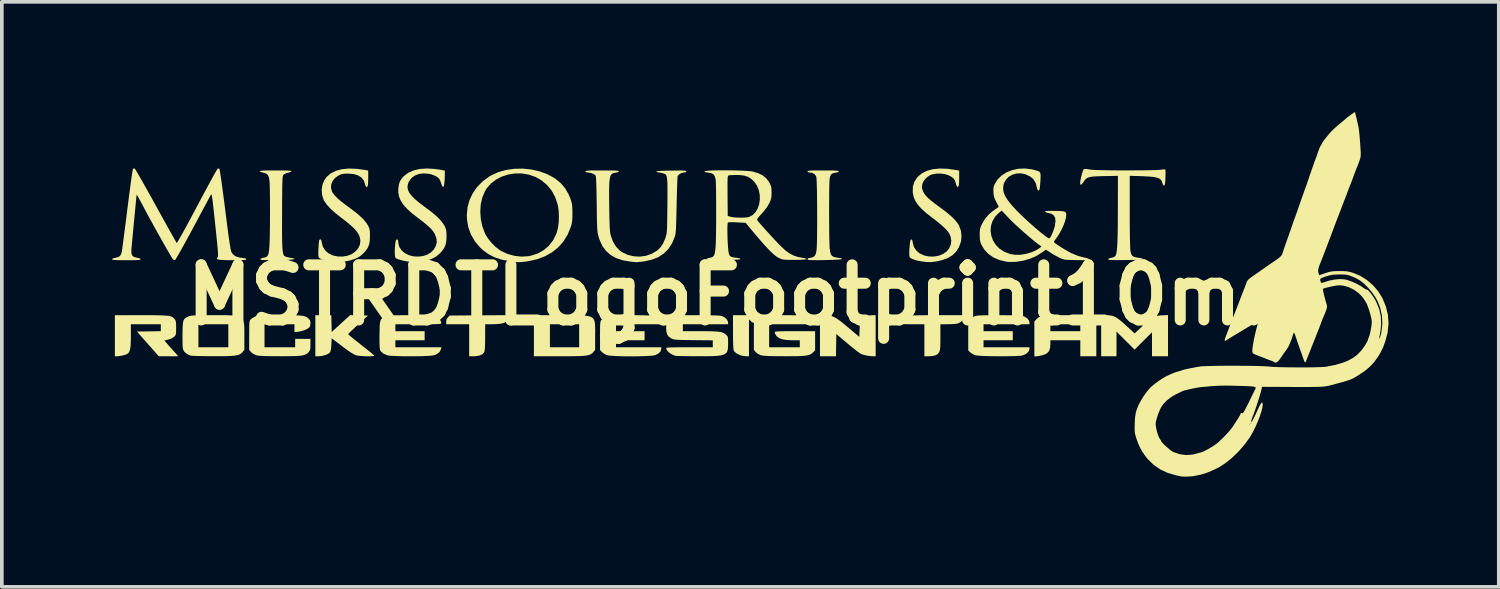
<source format=kicad_pcb>
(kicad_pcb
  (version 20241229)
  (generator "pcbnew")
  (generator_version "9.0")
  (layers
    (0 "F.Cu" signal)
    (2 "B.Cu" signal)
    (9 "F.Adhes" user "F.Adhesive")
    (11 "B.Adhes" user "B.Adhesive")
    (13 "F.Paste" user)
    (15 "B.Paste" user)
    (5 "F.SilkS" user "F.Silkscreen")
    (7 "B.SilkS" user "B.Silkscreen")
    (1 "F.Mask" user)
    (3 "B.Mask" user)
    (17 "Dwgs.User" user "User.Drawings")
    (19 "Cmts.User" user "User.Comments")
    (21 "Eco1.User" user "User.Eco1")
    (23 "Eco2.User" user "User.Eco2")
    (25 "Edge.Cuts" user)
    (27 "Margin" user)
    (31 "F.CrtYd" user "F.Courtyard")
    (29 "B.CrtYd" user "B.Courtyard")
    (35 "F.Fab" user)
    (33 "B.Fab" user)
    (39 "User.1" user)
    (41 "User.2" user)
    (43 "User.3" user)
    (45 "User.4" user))
  (footprint "MSTRDTLogoFootprint10mm"
    (layer "F.Cu")
    (at 17.388 4.978)
    (property "Reference" "MSTRDTLogoFootprint10mm" (at 0 0 0) (layer "F.SilkS") (effects (font (size 1.5 1.5) (thickness 0.3))))
    (attr board_only exclude_from_pos_files exclude_from_bom)
    (fp_poly (pts (xy -0.057 1.108) (xy -0.057 1.667) (xy -0.137 1.666) (xy -0.209 1.659) (xy -0.28 1.643) (xy -0.289 1.64) (xy -0.39 1.593) (xy -0.454 1.539) (xy -0.474 1.504) (xy -0.479 1.472) (xy -0.484 1.408) (xy -0.488 1.318) (xy -0.491 1.208) (xy -0.492 1.084) (xy -0.492 1.003) (xy -0.492 0.549) (xy -0.275 0.549) (xy -0.057 0.549)) (stroke (width 0) (type solid)) (fill yes) (layer "F.SilkS"))
    (fp_poly (pts (xy -6.61 0.612) (xy -6.621 0.674) (xy -6.656 0.722) (xy -6.718 0.757) (xy -6.808 0.78) (xy -6.931 0.792) (xy -7.041 0.795) (xy -7.235 0.796) (xy -7.236 1.151) (xy -7.237 1.3) (xy -7.241 1.414) (xy -7.247 1.494) (xy -7.256 1.542) (xy -7.26 1.553) (xy -7.309 1.61) (xy -7.389 1.647) (xy -7.497 1.665) (xy -7.543 1.667) (xy -7.671 1.667) (xy -7.671 1.231) (xy -7.671 0.796) (xy -7.984 0.796) (xy -8.296 0.796) (xy -8.296 0.723) (xy -8.285 0.657) (xy -8.248 0.606) (xy -8.247 0.605) (xy -8.198 0.559) (xy -7.404 0.553) (xy -6.61 0.548)) (stroke (width 0) (type solid)) (fill yes) (layer "F.SilkS"))
    (fp_poly (pts (xy 11.346 1.106) (xy 11.346 1.667) (xy 11.128 1.667) (xy 10.91 1.667) (xy 10.91 1.34) (xy 10.91 1.014) (xy 10.673 1.25) (xy 10.437 1.486) (xy 10.19 1.241) (xy 9.944 0.995) (xy 9.944 1.331) (xy 9.944 1.667) (xy 9.736 1.667) (xy 9.527 1.667) (xy 9.527 1.108) (xy 9.527 0.549) (xy 9.657 0.549) (xy 9.743 0.552) (xy 9.816 0.563) (xy 9.884 0.585) (xy 9.953 0.622) (xy 10.029 0.677) (xy 10.12 0.753) (xy 10.202 0.828) (xy 10.437 1.045) (xy 10.659 0.837) (xy 10.74 0.764) (xy 10.817 0.697) (xy 10.883 0.642) (xy 10.931 0.606) (xy 10.948 0.596) (xy 11.021 0.572) (xy 11.128 0.556) (xy 11.18 0.553) (xy 11.346 0.545)) (stroke (width 0) (type solid)) (fill yes) (layer "F.SilkS"))
    (fp_poly (pts (xy -5.185 0.55) (xy -4.972 0.549) (xy -4.793 0.55) (xy -4.646 0.552) (xy -4.528 0.559) (xy -4.435 0.572) (xy -4.365 0.592) (xy -4.314 0.622) (xy -4.28 0.664) (xy -4.258 0.718) (xy -4.247 0.788) (xy -4.243 0.874) (xy -4.242 0.978) (xy -4.243 1.101) (xy -4.243 1.493) (xy -4.292 1.551) (xy -4.317 1.579) (xy -4.346 1.602) (xy -4.381 1.621) (xy -4.426 1.636) (xy -4.484 1.647) (xy -4.561 1.655) (xy -4.658 1.661) (xy -4.781 1.664) (xy -4.932 1.666) (xy -5.115 1.667) (xy -5.222 1.667) (xy -5.91 1.667) (xy -5.91 1.108) (xy -5.474 1.108) (xy -5.474 1.421) (xy -5.076 1.421) (xy -4.678 1.421) (xy -4.678 1.108) (xy -4.678 0.796) (xy -5.076 0.796) (xy -5.474 0.796) (xy -5.474 1.108) (xy -5.91 1.108) (xy -5.91 0.549)) (stroke (width 0) (type solid)) (fill yes) (layer "F.SilkS"))
    (fp_poly (pts (xy 2.031 0.552) (xy 2.103 0.557) (xy 2.166 0.567) (xy 2.225 0.584) (xy 2.286 0.613) (xy 2.353 0.654) (xy 2.433 0.712) (xy 2.53 0.79) (xy 2.65 0.89) (xy 2.652 0.892) (xy 2.945 1.139) (xy 2.955 0.912) (xy 2.96 0.814) (xy 2.965 0.745) (xy 2.973 0.7) (xy 2.985 0.669) (xy 3.002 0.645) (xy 3.008 0.639) (xy 3.077 0.59) (xy 3.175 0.56) (xy 3.293 0.549) (xy 3.39 0.549) (xy 3.39 1.108) (xy 3.39 1.667) (xy 3.317 1.667) (xy 3.225 1.66) (xy 3.125 1.643) (xy 3.034 1.619) (xy 2.987 1.601) (xy 2.954 1.58) (xy 2.898 1.539) (xy 2.824 1.481) (xy 2.738 1.412) (xy 2.644 1.334) (xy 2.623 1.317) (xy 2.32 1.062) (xy 2.315 1.364) (xy 2.31 1.667) (xy 2.093 1.667) (xy 1.875 1.667) (xy 1.875 1.106) (xy 1.875 0.545)) (stroke (width 0) (type solid)) (fill yes) (layer "F.SilkS"))
    (fp_poly (pts (xy 9.395 1.108) (xy 9.395 1.667) (xy 9.177 1.667) (xy 8.959 1.667) (xy 8.959 1.449) (xy 8.959 1.231) (xy 8.552 1.231) (xy 8.145 1.231) (xy 8.145 1.336) (xy 8.136 1.443) (xy 8.109 1.522) (xy 8.059 1.579) (xy 8.002 1.612) (xy 7.928 1.638) (xy 7.845 1.657) (xy 7.812 1.662) (xy 7.709 1.672) (xy 7.709 1.197) (xy 7.709 0.89) (xy 8.145 0.89) (xy 8.145 0.985) (xy 8.552 0.985) (xy 8.959 0.985) (xy 8.959 0.89) (xy 8.959 0.796) (xy 8.552 0.796) (xy 8.145 0.796) (xy 8.145 0.89) (xy 7.709 0.89) (xy 7.709 0.721) (xy 7.765 0.657) (xy 7.819 0.611) (xy 7.881 0.576) (xy 7.895 0.572) (xy 7.935 0.565) (xy 8.006 0.559) (xy 8.11 0.555) (xy 8.247 0.552) (xy 8.42 0.55) (xy 8.629 0.549) (xy 8.682 0.549) (xy 9.395 0.549)) (stroke (width 0) (type solid)) (fill yes) (layer "F.SilkS"))
    (fp_poly (pts (xy 5.777 0.605) (xy 5.759 0.672) (xy 5.712 0.73) (xy 5.642 0.769) (xy 5.616 0.777) (xy 5.564 0.785) (xy 5.487 0.791) (xy 5.397 0.794) (xy 5.346 0.795) (xy 5.152 0.796) (xy 5.152 1.141) (xy 5.151 1.269) (xy 5.15 1.365) (xy 5.146 1.436) (xy 5.14 1.487) (xy 5.131 1.524) (xy 5.119 1.553) (xy 5.079 1.606) (xy 5.02 1.641) (xy 4.934 1.66) (xy 4.835 1.666) (xy 4.716 1.667) (xy 4.716 1.231) (xy 4.716 0.796) (xy 4.394 0.796) (xy 4.277 0.795) (xy 4.192 0.794) (xy 4.135 0.792) (xy 4.1 0.788) (xy 4.081 0.78) (xy 4.074 0.77) (xy 4.072 0.756) (xy 4.086 0.687) (xy 4.123 0.622) (xy 4.173 0.578) (xy 4.19 0.57) (xy 4.227 0.564) (xy 4.3 0.559) (xy 4.409 0.555) (xy 4.552 0.552) (xy 4.728 0.55) (xy 4.936 0.549) (xy 5.013 0.549) (xy 5.777 0.549)) (stroke (width 0) (type solid)) (fill yes) (layer "F.SilkS"))
    (fp_poly (pts (xy -10.668 0.553) (xy -10.426 0.559) (xy -10.695 0.805) (xy -10.778 0.882) (xy -10.851 0.951) (xy -10.91 1.007) (xy -10.949 1.046) (xy -10.965 1.064) (xy -10.965 1.064) (xy -10.951 1.079) (xy -10.912 1.114) (xy -10.85 1.165) (xy -10.771 1.229) (xy -10.678 1.303) (xy -10.612 1.355) (xy -10.512 1.434) (xy -10.422 1.505) (xy -10.347 1.566) (xy -10.291 1.613) (xy -10.258 1.642) (xy -10.25 1.65) (xy -10.264 1.659) (xy -10.307 1.664) (xy -10.372 1.667) (xy -10.451 1.667) (xy -10.536 1.664) (xy -10.618 1.658) (xy -10.69 1.65) (xy -10.744 1.64) (xy -10.75 1.639) (xy -10.808 1.614) (xy -10.886 1.567) (xy -10.989 1.497) (xy -11.117 1.403) (xy -11.128 1.394) (xy -11.412 1.178) (xy -11.421 1.354) (xy -11.428 1.446) (xy -11.438 1.508) (xy -11.452 1.548) (xy -11.467 1.57) (xy -11.516 1.605) (xy -11.59 1.635) (xy -11.676 1.657) (xy -11.763 1.667) (xy -11.775 1.667) (xy -11.857 1.667) (xy -11.857 1.108) (xy -11.857 0.549) (xy -11.64 0.549) (xy -11.423 0.549) (xy -11.417 0.778) (xy -11.412 1.006) (xy -11.161 0.777) (xy -10.911 0.548)) (stroke (width 0) (type solid)) (fill yes) (layer "F.SilkS"))
    (fp_poly (pts (xy -16.4 0.55) (xy -16.235 0.55) (xy -16.1 0.553) (xy -15.993 0.556) (xy -15.908 0.562) (xy -15.844 0.569) (xy -15.795 0.58) (xy -15.758 0.594) (xy -15.73 0.611) (xy -15.706 0.632) (xy -15.692 0.649) (xy -15.67 0.677) (xy -15.657 0.708) (xy -15.649 0.749) (xy -15.646 0.811) (xy -15.645 0.893) (xy -15.646 0.98) (xy -15.649 1.038) (xy -15.656 1.076) (xy -15.67 1.104) (xy -15.692 1.129) (xy -15.699 1.136) (xy -15.771 1.184) (xy -15.859 1.213) (xy -15.966 1.237) (xy -15.896 1.318) (xy -15.85 1.371) (xy -15.79 1.439) (xy -15.725 1.511) (xy -15.705 1.533) (xy -15.585 1.667) (xy -15.851 1.667) (xy -16.117 1.667) (xy -16.414 1.331) (xy -16.711 0.994) (xy -16.386 0.989) (xy -16.062 0.984) (xy -16.062 0.89) (xy -16.062 0.796) (xy -16.469 0.796) (xy -16.877 0.796) (xy -16.877 1.103) (xy -16.878 1.249) (xy -16.883 1.362) (xy -16.893 1.448) (xy -16.907 1.511) (xy -16.928 1.556) (xy -16.954 1.589) (xy -16.996 1.613) (xy -17.064 1.636) (xy -17.143 1.654) (xy -17.223 1.665) (xy -17.258 1.667) (xy -17.312 1.667) (xy -17.312 1.108) (xy -17.312 0.549) (xy -16.599 0.549)) (stroke (width 0) (type solid)) (fill yes) (layer "F.SilkS"))
    (fp_poly (pts (xy -3.075 0.55) (xy -2.909 0.552) (xy -2.779 0.556) (xy -2.684 0.561) (xy -2.625 0.568) (xy -2.61 0.572) (xy -2.542 0.605) (xy -2.485 0.656) (xy -2.45 0.714) (xy -2.443 0.75) (xy -2.443 0.796) (xy -3.059 0.796) (xy -3.675 0.796) (xy -3.675 0.89) (xy -3.675 0.985) (xy -3.286 0.985) (xy -2.898 0.985) (xy -2.898 1.108) (xy -2.898 1.231) (xy -3.286 1.231) (xy -3.675 1.231) (xy -3.675 1.326) (xy -3.675 1.421) (xy -3.059 1.421) (xy -2.443 1.421) (xy -2.443 1.465) (xy -2.461 1.529) (xy -2.512 1.585) (xy -2.59 1.628) (xy -2.618 1.638) (xy -2.671 1.648) (xy -2.755 1.655) (xy -2.863 1.661) (xy -2.99 1.665) (xy -3.129 1.668) (xy -3.274 1.669) (xy -3.419 1.668) (xy -3.557 1.665) (xy -3.682 1.66) (xy -3.789 1.654) (xy -3.87 1.646) (xy -3.92 1.637) (xy -3.921 1.636) (xy -3.986 1.606) (xy -4.045 1.565) (xy -4.058 1.552) (xy -4.11 1.496) (xy -4.11 1.11) (xy -4.11 0.98) (xy -4.109 0.881) (xy -4.107 0.81) (xy -4.103 0.759) (xy -4.097 0.725) (xy -4.088 0.7) (xy -4.075 0.68) (xy -4.069 0.673) (xy -4.025 0.631) (xy -3.966 0.593) (xy -3.951 0.585) (xy -3.926 0.575) (xy -3.897 0.567) (xy -3.86 0.561) (xy -3.81 0.557) (xy -3.743 0.554) (xy -3.654 0.552) (xy -3.539 0.55) (xy -3.394 0.55) (xy -3.279 0.55)) (stroke (width 0) (type solid)) (fill yes) (layer "F.SilkS"))
    (fp_poly (pts (xy -14.271 0.55) (xy -14.136 0.555) (xy -14.028 0.564) (xy -13.946 0.582) (xy -13.884 0.609) (xy -13.842 0.648) (xy -13.814 0.701) (xy -13.798 0.771) (xy -13.791 0.859) (xy -13.789 0.967) (xy -13.789 1.098) (xy -13.789 1.111) (xy -13.789 1.493) (xy -13.838 1.551) (xy -13.867 1.582) (xy -13.899 1.606) (xy -13.94 1.626) (xy -13.993 1.64) (xy -14.062 1.651) (xy -14.151 1.658) (xy -14.265 1.663) (xy -14.407 1.665) (xy -14.582 1.665) (xy -14.64 1.665) (xy -14.785 1.664) (xy -14.919 1.662) (xy -15.037 1.66) (xy -15.135 1.657) (xy -15.207 1.653) (xy -15.247 1.649) (xy -15.252 1.648) (xy -15.347 1.607) (xy -15.417 1.55) (xy -15.457 1.482) (xy -15.457 1.481) (xy -15.465 1.433) (xy -15.47 1.351) (xy -15.472 1.241) (xy -15.472 1.108) (xy -15.039 1.108) (xy -15.039 1.421) (xy -14.632 1.421) (xy -14.225 1.421) (xy -14.225 1.108) (xy -14.225 0.796) (xy -14.632 0.796) (xy -15.039 0.796) (xy -15.039 1.108) (xy -15.472 1.108) (xy -15.472 1.106) (xy -15.472 1.058) (xy -15.469 0.924) (xy -15.465 0.823) (xy -15.457 0.748) (xy -15.445 0.695) (xy -15.425 0.657) (xy -15.396 0.629) (xy -15.357 0.606) (xy -15.314 0.585) (xy -15.29 0.575) (xy -15.261 0.567) (xy -15.224 0.561) (xy -15.174 0.557) (xy -15.106 0.554) (xy -15.017 0.552) (xy -14.902 0.55) (xy -14.756 0.55) (xy -14.64 0.55) (xy -14.438 0.549)) (stroke (width 0) (type solid)) (fill yes) (layer "F.SilkS"))
    (fp_poly (pts (xy 6.922 0.55) (xy 7.058 0.551) (xy 7.165 0.552) (xy 7.247 0.555) (xy 7.309 0.558) (xy 7.355 0.563) (xy 7.39 0.569) (xy 7.417 0.577) (xy 7.437 0.586) (xy 7.514 0.634) (xy 7.562 0.694) (xy 7.576 0.752) (xy 7.576 0.796) (xy 6.951 0.796) (xy 6.326 0.796) (xy 6.326 0.89) (xy 6.326 0.985) (xy 6.724 0.985) (xy 7.122 0.985) (xy 7.122 1.108) (xy 7.122 1.231) (xy 6.724 1.231) (xy 6.326 1.231) (xy 6.326 1.326) (xy 6.326 1.421) (xy 6.951 1.421) (xy 7.576 1.421) (xy 7.576 1.47) (xy 7.559 1.524) (xy 7.513 1.577) (xy 7.446 1.621) (xy 7.379 1.645) (xy 7.33 1.653) (xy 7.25 1.658) (xy 7.146 1.663) (xy 7.022 1.665) (xy 6.887 1.667) (xy 6.745 1.667) (xy 6.603 1.665) (xy 6.467 1.663) (xy 6.343 1.659) (xy 6.238 1.654) (xy 6.157 1.647) (xy 6.107 1.64) (xy 6.101 1.638) (xy 6.036 1.61) (xy 5.976 1.571) (xy 5.964 1.56) (xy 5.91 1.508) (xy 5.91 1.105) (xy 5.91 0.972) (xy 5.91 0.871) (xy 5.912 0.797) (xy 5.916 0.746) (xy 5.921 0.712) (xy 5.93 0.689) (xy 5.941 0.673) (xy 5.952 0.661) (xy 5.997 0.627) (xy 6.056 0.592) (xy 6.071 0.585) (xy 6.095 0.575) (xy 6.122 0.568) (xy 6.158 0.562) (xy 6.207 0.557) (xy 6.272 0.554) (xy 6.359 0.552) (xy 6.472 0.551) (xy 6.614 0.55) (xy 6.752 0.55)) (stroke (width 0) (type solid)) (fill yes) (layer "F.SilkS"))
    (fp_poly (pts (xy -9.085 0.55) (xy -8.931 0.551) (xy -8.807 0.555) (xy -8.709 0.561) (xy -8.634 0.57) (xy -8.577 0.582) (xy -8.535 0.599) (xy -8.504 0.621) (xy -8.48 0.647) (xy -8.465 0.67) (xy -8.441 0.719) (xy -8.429 0.759) (xy -8.429 0.762) (xy -8.431 0.771) (xy -8.44 0.779) (xy -8.459 0.784) (xy -8.493 0.789) (xy -8.545 0.792) (xy -8.618 0.794) (xy -8.717 0.795) (xy -8.846 0.795) (xy -9.008 0.796) (xy -9.054 0.796) (xy -9.679 0.796) (xy -9.679 0.89) (xy -9.679 0.985) (xy -9.281 0.985) (xy -8.883 0.985) (xy -8.883 1.108) (xy -8.883 1.231) (xy -9.281 1.231) (xy -9.679 1.231) (xy -9.679 1.326) (xy -9.679 1.421) (xy -9.052 1.421) (xy -8.425 1.421) (xy -8.438 1.473) (xy -8.475 1.548) (xy -8.546 1.606) (xy -8.625 1.639) (xy -8.674 1.647) (xy -8.755 1.654) (xy -8.86 1.66) (xy -8.984 1.664) (xy -9.12 1.666) (xy -9.263 1.667) (xy -9.405 1.667) (xy -9.542 1.665) (xy -9.665 1.661) (xy -9.77 1.656) (xy -9.849 1.649) (xy -9.897 1.641) (xy -9.897 1.64) (xy -10.001 1.596) (xy -10.069 1.541) (xy -10.095 1.498) (xy -10.104 1.456) (xy -10.109 1.38) (xy -10.112 1.268) (xy -10.112 1.12) (xy -10.111 1.075) (xy -10.108 0.938) (xy -10.105 0.833) (xy -10.098 0.756) (xy -10.086 0.7) (xy -10.067 0.661) (xy -10.04 0.633) (xy -10.003 0.61) (xy -9.953 0.587) (xy -9.947 0.585) (xy -9.921 0.575) (xy -9.891 0.567) (xy -9.854 0.561) (xy -9.803 0.556) (xy -9.736 0.553) (xy -9.647 0.551) (xy -9.533 0.55) (xy -9.387 0.549) (xy -9.273 0.549)) (stroke (width 0) (type solid)) (fill yes) (layer "F.SilkS"))
    (fp_poly (pts (xy -12.641 0.55) (xy -12.495 0.551) (xy -12.378 0.553) (xy -12.286 0.558) (xy -12.216 0.564) (xy -12.162 0.574) (xy -12.121 0.587) (xy -12.088 0.604) (xy -12.06 0.625) (xy -12.042 0.641) (xy -12.005 0.685) (xy -11.991 0.738) (xy -11.99 0.769) (xy -11.999 0.841) (xy -12.022 0.882) (xy -12.082 0.924) (xy -12.165 0.961) (xy -12.26 0.989) (xy -12.323 0.999) (xy -12.425 1.009) (xy -12.425 0.902) (xy -12.425 0.796) (xy -12.833 0.796) (xy -13.24 0.796) (xy -13.24 1.108) (xy -13.24 1.421) (xy -12.823 1.421) (xy -12.406 1.421) (xy -12.406 1.307) (xy -12.406 1.193) (xy -12.198 1.193) (xy -11.99 1.193) (xy -11.99 1.343) (xy -11.991 1.422) (xy -11.997 1.474) (xy -12.01 1.511) (xy -12.033 1.544) (xy -12.038 1.551) (xy -12.067 1.582) (xy -12.101 1.607) (xy -12.142 1.626) (xy -12.195 1.641) (xy -12.265 1.652) (xy -12.356 1.659) (xy -12.471 1.663) (xy -12.615 1.665) (xy -12.792 1.666) (xy -12.831 1.665) (xy -13.006 1.665) (xy -13.146 1.663) (xy -13.257 1.66) (xy -13.342 1.655) (xy -13.405 1.65) (xy -13.451 1.642) (xy -13.47 1.637) (xy -13.546 1.602) (xy -13.606 1.554) (xy -13.608 1.552) (xy -13.657 1.493) (xy -13.657 1.098) (xy -13.656 0.966) (xy -13.656 0.866) (xy -13.654 0.794) (xy -13.65 0.744) (xy -13.644 0.71) (xy -13.636 0.688) (xy -13.624 0.672) (xy -13.614 0.661) (xy -13.569 0.627) (xy -13.51 0.592) (xy -13.496 0.585) (xy -13.471 0.575) (xy -13.443 0.568) (xy -13.407 0.561) (xy -13.358 0.557) (xy -13.292 0.554) (xy -13.204 0.552) (xy -13.09 0.55) (xy -12.946 0.55) (xy -12.821 0.55)) (stroke (width 0) (type solid)) (fill yes) (layer "F.SilkS"))
    (fp_poly (pts (xy 1.111 0.55) (xy 1.277 0.552) (xy 1.407 0.556) (xy 1.502 0.561) (xy 1.561 0.568) (xy 1.576 0.572) (xy 1.644 0.605) (xy 1.701 0.656) (xy 1.736 0.714) (xy 1.743 0.75) (xy 1.743 0.796) (xy 1.118 0.796) (xy 0.492 0.796) (xy 0.492 1.108) (xy 0.492 1.421) (xy 0.909 1.421) (xy 1.326 1.421) (xy 1.326 1.326) (xy 1.326 1.231) (xy 1.13 1.231) (xy 0.979 1.225) (xy 0.861 1.207) (xy 0.771 1.176) (xy 0.706 1.13) (xy 0.693 1.116) (xy 0.661 1.069) (xy 0.645 1.028) (xy 0.644 1.021) (xy 0.645 1.011) (xy 0.652 1.003) (xy 0.669 0.996) (xy 0.699 0.992) (xy 0.747 0.989) (xy 0.817 0.987) (xy 0.912 0.985) (xy 1.037 0.985) (xy 1.193 0.985) (xy 1.743 0.985) (xy 1.743 1.247) (xy 1.743 1.508) (xy 1.688 1.56) (xy 1.655 1.589) (xy 1.619 1.612) (xy 1.576 1.63) (xy 1.521 1.643) (xy 1.45 1.653) (xy 1.359 1.66) (xy 1.243 1.664) (xy 1.099 1.665) (xy 0.921 1.666) (xy 0.901 1.665) (xy 0.727 1.665) (xy 0.586 1.663) (xy 0.476 1.66) (xy 0.391 1.655) (xy 0.327 1.65) (xy 0.282 1.642) (xy 0.262 1.637) (xy 0.186 1.602) (xy 0.127 1.554) (xy 0.125 1.552) (xy 0.076 1.493) (xy 0.076 1.098) (xy 0.076 0.966) (xy 0.077 0.866) (xy 0.079 0.794) (xy 0.082 0.744) (xy 0.088 0.71) (xy 0.096 0.688) (xy 0.108 0.672) (xy 0.118 0.661) (xy 0.164 0.627) (xy 0.222 0.592) (xy 0.237 0.585) (xy 0.261 0.575) (xy 0.289 0.568) (xy 0.326 0.561) (xy 0.375 0.557) (xy 0.441 0.554) (xy 0.529 0.552) (xy 0.643 0.55) (xy 0.788 0.55) (xy 0.907 0.55)) (stroke (width 0) (type solid)) (fill yes) (layer "F.SilkS"))
    (fp_poly (pts (xy 2.102 -3.39) (xy 2.209 -3.389) (xy 2.287 -3.386) (xy 2.34 -3.382) (xy 2.371 -3.377) (xy 2.385 -3.369) (xy 2.387 -3.365) (xy 2.368 -3.345) (xy 2.315 -3.331) (xy 2.299 -3.329) (xy 2.225 -3.313) (xy 2.178 -3.28) (xy 2.15 -3.223) (xy 2.139 -3.169) (xy 2.135 -3.128) (xy 2.132 -3.053) (xy 2.129 -2.951) (xy 2.127 -2.825) (xy 2.126 -2.68) (xy 2.125 -2.522) (xy 2.124 -2.355) (xy 2.124 -2.185) (xy 2.125 -2.015) (xy 2.126 -1.851) (xy 2.127 -1.697) (xy 2.129 -1.559) (xy 2.132 -1.441) (xy 2.135 -1.349) (xy 2.138 -1.286) (xy 2.139 -1.283) (xy 2.151 -1.18) (xy 2.171 -1.108) (xy 2.204 -1.062) (xy 2.254 -1.034) (xy 2.328 -1.018) (xy 2.361 -1.014) (xy 2.434 -1.003) (xy 2.471 -0.989) (xy 2.476 -0.979) (xy 2.456 -0.973) (xy 2.405 -0.967) (xy 2.328 -0.962) (xy 2.232 -0.957) (xy 2.124 -0.954) (xy 2.01 -0.951) (xy 1.895 -0.949) (xy 1.787 -0.948) (xy 1.692 -0.949) (xy 1.616 -0.951) (xy 1.566 -0.955) (xy 1.547 -0.959) (xy 1.535 -0.982) (xy 1.554 -0.998) (xy 1.606 -1.01) (xy 1.617 -1.012) (xy 1.685 -1.03) (xy 1.731 -1.064) (xy 1.761 -1.121) (xy 1.78 -1.208) (xy 1.781 -1.215) (xy 1.786 -1.266) (xy 1.79 -1.349) (xy 1.793 -1.457) (xy 1.795 -1.588) (xy 1.797 -1.736) (xy 1.798 -1.897) (xy 1.799 -2.066) (xy 1.798 -2.239) (xy 1.798 -2.411) (xy 1.796 -2.578) (xy 1.794 -2.735) (xy 1.792 -2.878) (xy 1.788 -3.002) (xy 1.785 -3.103) (xy 1.78 -3.175) (xy 1.776 -3.216) (xy 1.775 -3.219) (xy 1.734 -3.285) (xy 1.668 -3.323) (xy 1.596 -3.333) (xy 1.549 -3.341) (xy 1.534 -3.362) (xy 1.539 -3.371) (xy 1.555 -3.378) (xy 1.587 -3.384) (xy 1.64 -3.387) (xy 1.718 -3.389) (xy 1.825 -3.39) (xy 1.96 -3.39)) (stroke (width 0) (type solid)) (fill yes) (layer "F.SilkS"))
    (fp_poly (pts (xy -1.265 0.55) (xy -1.097 0.552) (xy -0.965 0.556) (xy -0.869 0.561) (xy -0.808 0.568) (xy -0.792 0.572) (xy -0.723 0.605) (xy -0.667 0.656) (xy -0.632 0.714) (xy -0.625 0.75) (xy -0.625 0.796) (xy -1.241 0.796) (xy -1.856 0.796) (xy -1.856 0.89) (xy -1.856 0.985) (xy -1.371 0.985) (xy -1.203 0.985) (xy -1.068 0.987) (xy -0.962 0.992) (xy -0.879 0.999) (xy -0.816 1.009) (xy -0.768 1.024) (xy -0.729 1.043) (xy -0.695 1.068) (xy -0.68 1.081) (xy -0.655 1.106) (xy -0.639 1.131) (xy -0.63 1.164) (xy -0.626 1.215) (xy -0.625 1.291) (xy -0.625 1.321) (xy -0.626 1.404) (xy -0.632 1.472) (xy -0.646 1.527) (xy -0.67 1.571) (xy -0.709 1.604) (xy -0.766 1.629) (xy -0.843 1.646) (xy -0.945 1.657) (xy -1.075 1.663) (xy -1.235 1.665) (xy -1.429 1.665) (xy -1.467 1.665) (xy -1.611 1.665) (xy -1.743 1.663) (xy -1.86 1.662) (xy -1.954 1.66) (xy -2.023 1.657) (xy -2.06 1.655) (xy -2.065 1.654) (xy -2.169 1.608) (xy -2.247 1.554) (xy -2.296 1.495) (xy -2.311 1.44) (xy -2.294 1.434) (xy -2.242 1.429) (xy -2.154 1.425) (xy -2.031 1.423) (xy -1.871 1.421) (xy -1.676 1.421) (xy -1.042 1.421) (xy -1.042 1.327) (xy -1.042 1.233) (xy -1.567 1.228) (xy -1.723 1.226) (xy -1.845 1.224) (xy -1.939 1.221) (xy -2.01 1.218) (xy -2.062 1.213) (xy -2.101 1.207) (xy -2.13 1.199) (xy -2.155 1.188) (xy -2.173 1.179) (xy -2.24 1.133) (xy -2.282 1.075) (xy -2.305 0.997) (xy -2.311 0.896) (xy -2.303 0.784) (xy -2.276 0.7) (xy -2.228 0.637) (xy -2.16 0.592) (xy -2.135 0.58) (xy -2.111 0.571) (xy -2.082 0.563) (xy -2.043 0.558) (xy -1.992 0.554) (xy -1.922 0.552) (xy -1.83 0.55) (xy -1.712 0.55) (xy -1.562 0.549) (xy -1.471 0.549)) (stroke (width 0) (type solid)) (fill yes) (layer "F.SilkS"))
    (fp_poly (pts (xy -12.791 -3.39) (xy -12.679 -3.389) (xy -12.598 -3.386) (xy -12.545 -3.382) (xy -12.515 -3.376) (xy -12.506 -3.369) (xy -12.506 -3.367) (xy -12.528 -3.35) (xy -12.574 -3.334) (xy -12.596 -3.329) (xy -12.658 -3.312) (xy -12.708 -3.285) (xy -12.718 -3.277) (xy -12.727 -3.267) (xy -12.734 -3.255) (xy -12.74 -3.237) (xy -12.745 -3.21) (xy -12.749 -3.171) (xy -12.752 -3.117) (xy -12.755 -3.044) (xy -12.757 -2.95) (xy -12.758 -2.83) (xy -12.76 -2.683) (xy -12.761 -2.504) (xy -12.762 -2.291) (xy -12.762 -2.271) (xy -12.763 -2.029) (xy -12.764 -1.823) (xy -12.763 -1.648) (xy -12.761 -1.503) (xy -12.758 -1.384) (xy -12.753 -1.289) (xy -12.747 -1.215) (xy -12.739 -1.158) (xy -12.73 -1.116) (xy -12.718 -1.087) (xy -12.704 -1.066) (xy -12.701 -1.063) (xy -12.669 -1.046) (xy -12.612 -1.028) (xy -12.549 -1.015) (xy -12.473 -1.001) (xy -12.432 -0.988) (xy -12.426 -0.978) (xy -12.456 -0.969) (xy -12.521 -0.962) (xy -12.623 -0.957) (xy -12.763 -0.953) (xy -12.889 -0.951) (xy -13.036 -0.95) (xy -13.149 -0.95) (xy -13.232 -0.951) (xy -13.29 -0.953) (xy -13.327 -0.958) (xy -13.347 -0.964) (xy -13.353 -0.972) (xy -13.353 -0.974) (xy -13.335 -0.996) (xy -13.28 -1.012) (xy -13.267 -1.014) (xy -13.214 -1.026) (xy -13.174 -1.048) (xy -13.147 -1.084) (xy -13.128 -1.14) (xy -13.115 -1.223) (xy -13.106 -1.338) (xy -13.106 -1.341) (xy -13.102 -1.42) (xy -13.098 -1.528) (xy -13.096 -1.659) (xy -13.094 -1.809) (xy -13.092 -1.971) (xy -13.091 -2.141) (xy -13.091 -2.313) (xy -13.091 -2.481) (xy -13.092 -2.641) (xy -13.094 -2.787) (xy -13.096 -2.914) (xy -13.099 -3.016) (xy -13.103 -3.089) (xy -13.105 -3.112) (xy -13.121 -3.204) (xy -13.149 -3.266) (xy -13.195 -3.305) (xy -13.264 -3.327) (xy -13.277 -3.329) (xy -13.329 -3.343) (xy -13.363 -3.36) (xy -13.368 -3.367) (xy -13.362 -3.375) (xy -13.337 -3.381) (xy -13.288 -3.385) (xy -13.213 -3.388) (xy -13.108 -3.39) (xy -12.969 -3.39) (xy -12.937 -3.39)) (stroke (width 0) (type solid)) (fill yes) (layer "F.SilkS"))
    (fp_poly (pts (xy -5.986 -3.417) (xy -5.761 -3.367) (xy -5.55 -3.29) (xy -5.357 -3.186) (xy -5.329 -3.167) (xy -5.182 -3.048) (xy -5.063 -2.909) (xy -4.967 -2.745) (xy -4.912 -2.612) (xy -4.89 -2.545) (xy -4.876 -2.485) (xy -4.867 -2.421) (xy -4.863 -2.34) (xy -4.861 -2.235) (xy -4.862 -2.124) (xy -4.866 -2.04) (xy -4.875 -1.97) (xy -4.89 -1.904) (xy -4.905 -1.856) (xy -4.989 -1.647) (xy -5.103 -1.461) (xy -5.244 -1.3) (xy -5.413 -1.165) (xy -5.607 -1.055) (xy -5.825 -0.973) (xy -6.068 -0.92) (xy -6.136 -0.91) (xy -6.231 -0.899) (xy -6.306 -0.894) (xy -6.373 -0.895) (xy -6.448 -0.901) (xy -6.542 -0.915) (xy -6.573 -0.919) (xy -6.789 -0.963) (xy -6.977 -1.026) (xy -7.143 -1.11) (xy -7.292 -1.219) (xy -7.376 -1.296) (xy -7.516 -1.462) (xy -7.622 -1.644) (xy -7.694 -1.841) (xy -7.73 -2.052) (xy -7.735 -2.169) (xy -7.726 -2.273) (xy -7.369 -2.273) (xy -7.355 -2.071) (xy -7.313 -1.871) (xy -7.242 -1.68) (xy -7.225 -1.645) (xy -7.155 -1.533) (xy -7.062 -1.419) (xy -6.954 -1.312) (xy -6.844 -1.226) (xy -6.798 -1.197) (xy -6.621 -1.116) (xy -6.433 -1.065) (xy -6.242 -1.045) (xy -6.055 -1.057) (xy -5.989 -1.071) (xy -5.802 -1.132) (xy -5.638 -1.224) (xy -5.5 -1.344) (xy -5.386 -1.491) (xy -5.3 -1.665) (xy -5.286 -1.705) (xy -5.254 -1.829) (xy -5.235 -1.976) (xy -5.229 -2.135) (xy -5.236 -2.291) (xy -5.256 -2.433) (xy -5.264 -2.464) (xy -5.33 -2.662) (xy -5.424 -2.837) (xy -5.548 -2.989) (xy -5.557 -2.998) (xy -5.703 -3.121) (xy -5.865 -3.213) (xy -6.051 -3.277) (xy -6.053 -3.277) (xy -6.24 -3.308) (xy -6.427 -3.308) (xy -6.609 -3.279) (xy -6.782 -3.223) (xy -6.939 -3.141) (xy -7.077 -3.036) (xy -7.189 -2.909) (xy -7.239 -2.829) (xy -7.311 -2.659) (xy -7.355 -2.472) (xy -7.369 -2.273) (xy -7.726 -2.273) (xy -7.717 -2.379) (xy -7.663 -2.579) (xy -7.575 -2.766) (xy -7.456 -2.938) (xy -7.307 -3.09) (xy -7.13 -3.221) (xy -7.08 -3.251) (xy -6.885 -3.341) (xy -6.672 -3.402) (xy -6.447 -3.435) (xy -6.216 -3.44)) (stroke (width 0) (type solid)) (fill yes) (layer "F.SilkS"))
    (fp_poly (pts (xy 5.343 -3.435) (xy 5.537 -3.409) (xy 5.663 -3.387) (xy 5.663 -3.185) (xy 5.661 -3.073) (xy 5.654 -2.997) (xy 5.642 -2.953) (xy 5.624 -2.938) (xy 5.611 -2.943) (xy 5.595 -2.967) (xy 5.578 -3.015) (xy 5.569 -3.047) (xy 5.543 -3.123) (xy 5.501 -3.18) (xy 5.436 -3.227) (xy 5.37 -3.26) (xy 5.27 -3.291) (xy 5.154 -3.305) (xy 5.036 -3.303) (xy 4.93 -3.283) (xy 4.868 -3.26) (xy 4.776 -3.196) (xy 4.706 -3.116) (xy 4.662 -3.027) (xy 4.649 -2.937) (xy 4.658 -2.886) (xy 4.68 -2.821) (xy 4.713 -2.761) (xy 4.758 -2.7) (xy 4.82 -2.636) (xy 4.903 -2.564) (xy 5.011 -2.48) (xy 5.147 -2.381) (xy 5.152 -2.377) (xy 5.328 -2.244) (xy 5.47 -2.122) (xy 5.576 -2.011) (xy 5.647 -1.913) (xy 5.66 -1.889) (xy 5.708 -1.755) (xy 5.727 -1.612) (xy 5.715 -1.473) (xy 5.709 -1.447) (xy 5.656 -1.3) (xy 5.579 -1.178) (xy 5.476 -1.079) (xy 5.344 -1.002) (xy 5.182 -0.945) (xy 5.057 -0.917) (xy 4.953 -0.901) (xy 4.866 -0.895) (xy 4.777 -0.898) (xy 4.678 -0.909) (xy 4.562 -0.929) (xy 4.46 -0.955) (xy 4.381 -0.984) (xy 4.329 -1.015) (xy 4.315 -1.033) (xy 4.306 -1.079) (xy 4.305 -1.16) (xy 4.31 -1.275) (xy 4.312 -1.291) (xy 4.32 -1.387) (xy 4.328 -1.451) (xy 4.338 -1.489) (xy 4.35 -1.508) (xy 4.358 -1.511) (xy 4.378 -1.506) (xy 4.392 -1.476) (xy 4.4 -1.424) (xy 4.431 -1.309) (xy 4.494 -1.212) (xy 4.583 -1.135) (xy 4.697 -1.08) (xy 4.831 -1.05) (xy 4.963 -1.046) (xy 5.102 -1.068) (xy 5.222 -1.116) (xy 5.319 -1.184) (xy 5.391 -1.271) (xy 5.435 -1.371) (xy 5.448 -1.48) (xy 5.427 -1.596) (xy 5.397 -1.667) (xy 5.35 -1.735) (xy 5.272 -1.819) (xy 5.164 -1.917) (xy 5.029 -2.027) (xy 4.923 -2.108) (xy 4.763 -2.233) (xy 4.635 -2.349) (xy 4.538 -2.458) (xy 4.468 -2.564) (xy 4.424 -2.67) (xy 4.401 -2.781) (xy 4.399 -2.805) (xy 4.403 -2.948) (xy 4.441 -3.075) (xy 4.514 -3.19) (xy 4.532 -3.212) (xy 4.642 -3.308) (xy 4.779 -3.378) (xy 4.942 -3.423) (xy 5.13 -3.442)) (stroke (width 0) (type solid)) (fill yes) (layer "F.SilkS"))
    (fp_poly (pts (xy -10.721 -3.433) (xy -10.544 -3.409) (xy -10.418 -3.387) (xy -10.418 -3.204) (xy -10.419 -3.12) (xy -10.422 -3.046) (xy -10.427 -2.994) (xy -10.43 -2.978) (xy -10.448 -2.942) (xy -10.471 -2.94) (xy -10.492 -2.969) (xy -10.502 -3.008) (xy -10.537 -3.114) (xy -10.602 -3.197) (xy -10.696 -3.256) (xy -10.819 -3.292) (xy -10.967 -3.304) (xy -11.054 -3.302) (xy -11.117 -3.295) (xy -11.169 -3.279) (xy -11.223 -3.254) (xy -11.319 -3.187) (xy -11.387 -3.103) (xy -11.425 -3.009) (xy -11.43 -2.91) (xy -11.402 -2.812) (xy -11.387 -2.784) (xy -11.334 -2.714) (xy -11.258 -2.635) (xy -11.155 -2.546) (xy -11.022 -2.444) (xy -10.949 -2.391) (xy -10.785 -2.269) (xy -10.653 -2.159) (xy -10.549 -2.06) (xy -10.472 -1.968) (xy -10.423 -1.89) (xy -10.398 -1.839) (xy -10.383 -1.793) (xy -10.374 -1.74) (xy -10.371 -1.669) (xy -10.37 -1.601) (xy -10.376 -1.47) (xy -10.397 -1.365) (xy -10.437 -1.275) (xy -10.501 -1.187) (xy -10.559 -1.125) (xy -10.646 -1.052) (xy -10.747 -0.996) (xy -10.871 -0.952) (xy -11.024 -0.917) (xy -11.128 -0.901) (xy -11.216 -0.895) (xy -11.306 -0.898) (xy -11.403 -0.909) (xy -11.509 -0.927) (xy -11.606 -0.95) (xy -11.686 -0.976) (xy -11.741 -1.002) (xy -11.759 -1.017) (xy -11.77 -1.042) (xy -11.776 -1.083) (xy -11.777 -1.147) (xy -11.774 -1.241) (xy -11.772 -1.269) (xy -11.766 -1.369) (xy -11.76 -1.438) (xy -11.753 -1.481) (xy -11.744 -1.504) (xy -11.731 -1.514) (xy -11.717 -1.515) (xy -11.698 -1.497) (xy -11.684 -1.447) (xy -11.681 -1.424) (xy -11.65 -1.309) (xy -11.587 -1.211) (xy -11.498 -1.134) (xy -11.384 -1.079) (xy -11.251 -1.049) (xy -11.112 -1.046) (xy -10.979 -1.069) (xy -10.862 -1.116) (xy -10.765 -1.185) (xy -10.691 -1.271) (xy -10.645 -1.369) (xy -10.632 -1.476) (xy -10.636 -1.52) (xy -10.655 -1.595) (xy -10.689 -1.668) (xy -10.74 -1.742) (xy -10.813 -1.822) (xy -10.91 -1.911) (xy -11.033 -2.012) (xy -11.159 -2.108) (xy -11.316 -2.232) (xy -11.446 -2.351) (xy -11.547 -2.462) (xy -11.616 -2.562) (xy -11.633 -2.595) (xy -11.675 -2.728) (xy -11.684 -2.866) (xy -11.663 -3.002) (xy -11.612 -3.126) (xy -11.547 -3.217) (xy -11.434 -3.312) (xy -11.294 -3.381) (xy -11.128 -3.425) (xy -10.937 -3.442)) (stroke (width 0) (type solid)) (fill yes) (layer "F.SilkS"))
    (fp_poly (pts (xy -8.6 -3.43) (xy -8.452 -3.408) (xy -8.334 -3.386) (xy -8.334 -3.261) (xy -8.337 -3.153) (xy -8.344 -3.061) (xy -8.355 -2.99) (xy -8.368 -2.947) (xy -8.38 -2.936) (xy -8.396 -2.953) (xy -8.418 -2.996) (xy -8.439 -3.054) (xy -8.463 -3.123) (xy -8.489 -3.167) (xy -8.526 -3.201) (xy -8.561 -3.224) (xy -8.63 -3.258) (xy -8.713 -3.286) (xy -8.76 -3.297) (xy -8.907 -3.31) (xy -9.039 -3.294) (xy -9.153 -3.249) (xy -9.245 -3.179) (xy -9.312 -3.084) (xy -9.338 -3.019) (xy -9.35 -2.942) (xy -9.338 -2.865) (xy -9.302 -2.786) (xy -9.238 -2.7) (xy -9.144 -2.607) (xy -9.02 -2.503) (xy -8.868 -2.389) (xy -8.695 -2.259) (xy -8.556 -2.142) (xy -8.449 -2.034) (xy -8.372 -1.934) (xy -8.338 -1.875) (xy -8.313 -1.82) (xy -8.298 -1.769) (xy -8.29 -1.71) (xy -8.287 -1.631) (xy -8.287 -1.591) (xy -8.294 -1.46) (xy -8.317 -1.354) (xy -8.362 -1.261) (xy -8.434 -1.169) (xy -8.476 -1.125) (xy -8.562 -1.052) (xy -8.664 -0.996) (xy -8.787 -0.952) (xy -8.94 -0.917) (xy -9.038 -0.902) (xy -9.121 -0.895) (xy -9.204 -0.897) (xy -9.305 -0.907) (xy -9.328 -0.91) (xy -9.423 -0.926) (xy -9.515 -0.947) (xy -9.595 -0.97) (xy -9.652 -0.993) (xy -9.67 -1.005) (xy -9.685 -1.037) (xy -9.694 -1.1) (xy -9.696 -1.188) (xy -9.692 -1.293) (xy -9.682 -1.401) (xy -9.671 -1.467) (xy -9.655 -1.501) (xy -9.636 -1.512) (xy -9.614 -1.509) (xy -9.605 -1.483) (xy -9.603 -1.447) (xy -9.594 -1.384) (xy -9.573 -1.315) (xy -9.564 -1.295) (xy -9.5 -1.203) (xy -9.41 -1.132) (xy -9.301 -1.081) (xy -9.181 -1.052) (xy -9.055 -1.045) (xy -8.93 -1.06) (xy -8.814 -1.098) (xy -8.712 -1.158) (xy -8.634 -1.239) (xy -8.576 -1.34) (xy -8.552 -1.44) (xy -8.563 -1.546) (xy -8.607 -1.662) (xy -8.609 -1.667) (xy -8.652 -1.734) (xy -8.716 -1.809) (xy -8.806 -1.893) (xy -8.923 -1.99) (xy -9.067 -2.099) (xy -9.231 -2.227) (xy -9.362 -2.345) (xy -9.462 -2.457) (xy -9.533 -2.567) (xy -9.578 -2.676) (xy -9.599 -2.79) (xy -9.6 -2.883) (xy -9.585 -3.004) (xy -9.551 -3.102) (xy -9.493 -3.188) (xy -9.445 -3.239) (xy -9.326 -3.328) (xy -9.18 -3.392) (xy -9.01 -3.431) (xy -8.815 -3.443)) (stroke (width 0) (type solid)) (fill yes) (layer "F.SilkS"))
    (fp_poly (pts (xy 9.152 -3.426) (xy 9.237 -3.412) (xy 9.243 -3.411) (xy 9.293 -3.407) (xy 9.375 -3.402) (xy 9.484 -3.399) (xy 9.617 -3.396) (xy 9.767 -3.394) (xy 9.93 -3.392) (xy 10.101 -3.391) (xy 10.274 -3.391) (xy 10.446 -3.392) (xy 10.609 -3.393) (xy 10.761 -3.395) (xy 10.895 -3.397) (xy 11.007 -3.4) (xy 11.091 -3.404) (xy 11.143 -3.409) (xy 11.146 -3.409) (xy 11.208 -3.417) (xy 11.254 -3.418) (xy 11.272 -3.414) (xy 11.277 -3.39) (xy 11.279 -3.337) (xy 11.278 -3.263) (xy 11.275 -3.186) (xy 11.27 -3.092) (xy 11.264 -3.03) (xy 11.256 -2.995) (xy 11.246 -2.979) (xy 11.235 -2.978) (xy 11.211 -2.999) (xy 11.193 -3.043) (xy 11.192 -3.049) (xy 11.175 -3.1) (xy 11.147 -3.141) (xy 11.103 -3.173) (xy 11.038 -3.196) (xy 10.949 -3.213) (xy 10.831 -3.224) (xy 10.681 -3.232) (xy 10.631 -3.234) (xy 10.304 -3.244) (xy 10.304 -2.28) (xy 10.304 -2.087) (xy 10.305 -1.903) (xy 10.307 -1.731) (xy 10.309 -1.576) (xy 10.312 -1.442) (xy 10.315 -1.333) (xy 10.318 -1.253) (xy 10.322 -1.207) (xy 10.323 -1.203) (xy 10.341 -1.124) (xy 10.369 -1.072) (xy 10.417 -1.039) (xy 10.49 -1.021) (xy 10.541 -1.014) (xy 10.615 -1.003) (xy 10.654 -0.989) (xy 10.659 -0.979) (xy 10.643 -0.971) (xy 10.601 -0.965) (xy 10.529 -0.96) (xy 10.426 -0.956) (xy 10.289 -0.953) (xy 10.184 -0.951) (xy 10.036 -0.95) (xy 9.922 -0.95) (xy 9.838 -0.951) (xy 9.779 -0.954) (xy 9.742 -0.958) (xy 9.723 -0.964) (xy 9.717 -0.972) (xy 9.717 -0.973) (xy 9.735 -0.994) (xy 9.787 -1.01) (xy 9.802 -1.012) (xy 9.872 -1.031) (xy 9.914 -1.065) (xy 9.918 -1.071) (xy 9.931 -1.1) (xy 9.943 -1.144) (xy 9.952 -1.205) (xy 9.96 -1.287) (xy 9.967 -1.392) (xy 9.972 -1.522) (xy 9.976 -1.68) (xy 9.979 -1.867) (xy 9.98 -2.088) (xy 9.981 -2.343) (xy 9.981 -2.374) (xy 9.982 -3.243) (xy 9.608 -3.236) (xy 9.461 -3.232) (xy 9.347 -3.227) (xy 9.26 -3.218) (xy 9.194 -3.204) (xy 9.145 -3.184) (xy 9.107 -3.156) (xy 9.075 -3.119) (xy 9.047 -3.077) (xy 9.006 -3.021) (xy 8.977 -3) (xy 8.96 -3.011) (xy 8.955 -3.053) (xy 8.963 -3.124) (xy 8.984 -3.221) (xy 9.003 -3.291) (xy 9.022 -3.359) (xy 9.039 -3.402) (xy 9.061 -3.425) (xy 9.096 -3.432)) (stroke (width 0) (type solid)) (fill yes) (layer "F.SilkS"))
    (fp_poly (pts (xy -3.907 -3.39) (xy -3.794 -3.389) (xy -3.711 -3.387) (xy -3.655 -3.383) (xy -3.62 -3.378) (xy -3.602 -3.371) (xy -3.599 -3.365) (xy -3.617 -3.345) (xy -3.671 -3.331) (xy -3.688 -3.329) (xy -3.73 -3.322) (xy -3.764 -3.311) (xy -3.793 -3.292) (xy -3.816 -3.262) (xy -3.833 -3.218) (xy -3.846 -3.157) (xy -3.855 -3.076) (xy -3.86 -2.971) (xy -3.863 -2.839) (xy -3.863 -2.678) (xy -3.861 -2.484) (xy -3.859 -2.347) (xy -3.856 -2.166) (xy -3.852 -2.019) (xy -3.849 -1.901) (xy -3.844 -1.808) (xy -3.838 -1.736) (xy -3.831 -1.68) (xy -3.823 -1.636) (xy -3.818 -1.619) (xy -3.758 -1.453) (xy -3.675 -1.316) (xy -3.571 -1.209) (xy -3.501 -1.161) (xy -3.35 -1.091) (xy -3.189 -1.053) (xy -3.023 -1.045) (xy -2.859 -1.068) (xy -2.705 -1.121) (xy -2.567 -1.203) (xy -2.527 -1.235) (xy -2.452 -1.314) (xy -2.392 -1.408) (xy -2.34 -1.527) (xy -2.328 -1.564) (xy -2.317 -1.599) (xy -2.308 -1.633) (xy -2.3 -1.67) (xy -2.294 -1.714) (xy -2.29 -1.77) (xy -2.286 -1.841) (xy -2.284 -1.933) (xy -2.282 -2.048) (xy -2.28 -2.192) (xy -2.278 -2.368) (xy -2.277 -2.431) (xy -2.275 -2.63) (xy -2.275 -2.794) (xy -2.275 -2.927) (xy -2.277 -3.033) (xy -2.281 -3.115) (xy -2.287 -3.177) (xy -2.296 -3.222) (xy -2.307 -3.253) (xy -2.321 -3.275) (xy -2.339 -3.29) (xy -2.355 -3.299) (xy -2.396 -3.313) (xy -2.457 -3.327) (xy -2.489 -3.331) (xy -2.543 -3.341) (xy -2.575 -3.354) (xy -2.581 -3.362) (xy -2.561 -3.369) (xy -2.505 -3.375) (xy -2.419 -3.38) (xy -2.303 -3.384) (xy -2.169 -3.386) (xy -2.033 -3.387) (xy -1.931 -3.388) (xy -1.857 -3.386) (xy -1.808 -3.383) (xy -1.779 -3.378) (xy -1.765 -3.371) (xy -1.762 -3.362) (xy -1.777 -3.34) (xy -1.82 -3.334) (xy -1.887 -3.322) (xy -1.948 -3.29) (xy -1.99 -3.248) (xy -1.999 -3.231) (xy -2.002 -3.204) (xy -2.005 -3.143) (xy -2.009 -3.053) (xy -2.013 -2.938) (xy -2.017 -2.803) (xy -2.021 -2.651) (xy -2.025 -2.487) (xy -2.026 -2.443) (xy -2.03 -2.249) (xy -2.034 -2.088) (xy -2.038 -1.957) (xy -2.042 -1.853) (xy -2.046 -1.771) (xy -2.052 -1.707) (xy -2.058 -1.658) (xy -2.066 -1.62) (xy -2.074 -1.591) (xy -2.148 -1.41) (xy -2.247 -1.257) (xy -2.371 -1.132) (xy -2.52 -1.034) (xy -2.697 -0.963) (xy -2.901 -0.917) (xy -2.945 -0.911) (xy -3.023 -0.902) (xy -3.087 -0.896) (xy -3.127 -0.893) (xy -3.135 -0.893) (xy -3.162 -0.896) (xy -3.216 -0.902) (xy -3.284 -0.909) (xy -3.288 -0.91) (xy -3.495 -0.945) (xy -3.675 -1.006) (xy -3.826 -1.092) (xy -3.952 -1.205) (xy -4.052 -1.344) (xy -4.127 -1.512) (xy -4.151 -1.587) (xy -4.161 -1.627) (xy -4.17 -1.666) (xy -4.177 -1.71) (xy -4.183 -1.763) (xy -4.187 -1.828) (xy -4.191 -1.91) (xy -4.194 -2.014) (xy -4.196 -2.143) (xy -4.198 -2.302) (xy -4.2 -2.472) (xy -4.203 -2.65) (xy -4.206 -2.812) (xy -4.21 -2.954) (xy -4.214 -3.071) (xy -4.218 -3.162) (xy -4.223 -3.221) (xy -4.227 -3.245) (xy -4.264 -3.282) (xy -4.326 -3.312) (xy -4.399 -3.33) (xy -4.441 -3.334) (xy -4.49 -3.34) (xy -4.508 -3.359) (xy -4.508 -3.362) (xy -4.504 -3.371) (xy -4.488 -3.378) (xy -4.456 -3.383) (xy -4.404 -3.387) (xy -4.329 -3.389) (xy -4.224 -3.39) (xy -4.087 -3.39) (xy -4.053 -3.39)) (stroke (width 0) (type solid)) (fill yes) (layer "F.SilkS"))
    (fp_poly (pts (xy -0.639 -3.393) (xy -0.501 -3.392) (xy -0.367 -3.389) (xy -0.243 -3.384) (xy -0.132 -3.378) (xy -0.04 -3.371) (xy 0.027 -3.363) (xy 0.044 -3.36) (xy 0.195 -3.315) (xy 0.316 -3.256) (xy 0.412 -3.177) (xy 0.489 -3.074) (xy 0.508 -3.04) (xy 0.534 -2.986) (xy 0.549 -2.935) (xy 0.556 -2.875) (xy 0.558 -2.791) (xy 0.557 -2.784) (xy 0.555 -2.698) (xy 0.547 -2.633) (xy 0.53 -2.574) (xy 0.5 -2.506) (xy 0.495 -2.496) (xy 0.43 -2.387) (xy 0.338 -2.269) (xy 0.291 -2.217) (xy 0.22 -2.138) (xy 0.177 -2.082) (xy 0.162 -2.047) (xy 0.163 -2.041) (xy 0.184 -2.014) (xy 0.226 -1.964) (xy 0.286 -1.896) (xy 0.358 -1.814) (xy 0.439 -1.725) (xy 0.524 -1.632) (xy 0.608 -1.541) (xy 0.687 -1.456) (xy 0.757 -1.383) (xy 0.805 -1.334) (xy 0.928 -1.219) (xy 1.043 -1.134) (xy 1.158 -1.074) (xy 1.28 -1.034) (xy 1.373 -1.017) (xy 1.456 -1.003) (xy 1.502 -0.99) (xy 1.511 -0.979) (xy 1.486 -0.97) (xy 1.425 -0.963) (xy 1.331 -0.958) (xy 1.204 -0.957) (xy 1.182 -0.957) (xy 1.064 -0.957) (xy 0.977 -0.958) (xy 0.913 -0.961) (xy 0.866 -0.967) (xy 0.828 -0.977) (xy 0.792 -0.992) (xy 0.757 -1.008) (xy 0.695 -1.044) (xy 0.625 -1.098) (xy 0.544 -1.172) (xy 0.449 -1.268) (xy 0.339 -1.389) (xy 0.211 -1.536) (xy 0.107 -1.659) (xy -0.148 -1.964) (xy -0.38 -1.977) (xy -0.487 -1.982) (xy -0.567 -1.981) (xy -0.617 -1.977) (xy -0.631 -1.972) (xy -0.638 -1.945) (xy -0.643 -1.888) (xy -0.645 -1.806) (xy -0.644 -1.707) (xy -0.642 -1.598) (xy -0.638 -1.486) (xy -0.632 -1.376) (xy -0.625 -1.277) (xy -0.617 -1.195) (xy -0.607 -1.136) (xy -0.601 -1.115) (xy -0.582 -1.075) (xy -0.558 -1.05) (xy -0.521 -1.033) (xy -0.462 -1.021) (xy -0.392 -1.012) (xy -0.327 -1.001) (xy -0.293 -0.987) (xy -0.29 -0.978) (xy -0.307 -0.97) (xy -0.355 -0.964) (xy -0.435 -0.959) (xy -0.549 -0.955) (xy -0.699 -0.952) (xy -0.754 -0.951) (xy -0.901 -0.95) (xy -1.013 -0.95) (xy -1.096 -0.951) (xy -1.153 -0.954) (xy -1.189 -0.958) (xy -1.207 -0.965) (xy -1.212 -0.973) (xy -1.194 -0.994) (xy -1.142 -1.01) (xy -1.127 -1.012) (xy -1.072 -1.025) (xy -1.032 -1.048) (xy -1.004 -1.087) (xy -0.985 -1.149) (xy -0.972 -1.238) (xy -0.965 -1.321) (xy -0.961 -1.391) (xy -0.958 -1.49) (xy -0.955 -1.613) (xy -0.953 -1.755) (xy -0.951 -1.912) (xy -0.95 -2.078) (xy -0.95 -2.248) (xy -0.95 -2.417) (xy -0.951 -2.58) (xy -0.952 -2.733) (xy -0.954 -2.869) (xy -0.956 -2.983) (xy -0.958 -3.037) (xy -0.641 -3.037) (xy -0.641 -2.93) (xy -0.64 -2.792) (xy -0.64 -2.695) (xy -0.635 -2.15) (xy -0.549 -2.128) (xy -0.479 -2.115) (xy -0.387 -2.108) (xy -0.287 -2.105) (xy -0.19 -2.107) (xy -0.107 -2.113) (xy -0.055 -2.124) (xy 0.042 -2.175) (xy 0.121 -2.254) (xy 0.181 -2.355) (xy 0.22 -2.471) (xy 0.239 -2.597) (xy 0.236 -2.727) (xy 0.21 -2.855) (xy 0.16 -2.976) (xy 0.087 -3.082) (xy 0.084 -3.085) (xy 0.003 -3.162) (xy -0.084 -3.216) (xy -0.185 -3.249) (xy -0.308 -3.264) (xy -0.388 -3.266) (xy -0.472 -3.265) (xy -0.545 -3.262) (xy -0.595 -3.257) (xy -0.611 -3.254) (xy -0.621 -3.247) (xy -0.628 -3.235) (xy -0.634 -3.212) (xy -0.638 -3.174) (xy -0.64 -3.117) (xy -0.641 -3.037) (xy -0.958 -3.037) (xy -0.959 -3.072) (xy -0.963 -3.13) (xy -0.964 -3.14) (xy -0.985 -3.227) (xy -1.023 -3.284) (xy -1.084 -3.316) (xy -1.164 -3.33) (xy -1.232 -3.339) (xy -1.265 -3.354) (xy -1.269 -3.364) (xy -1.251 -3.373) (xy -1.2 -3.38) (xy -1.122 -3.386) (xy -1.022 -3.39) (xy -0.904 -3.392) (xy -0.775 -3.393)) (stroke (width 0) (type solid)) (fill yes) (layer "F.SilkS"))
    (fp_poly (pts (xy 7.615 -3.425) (xy 7.732 -3.397) (xy 7.796 -3.378) (xy 7.839 -3.358) (xy 7.864 -3.332) (xy 7.876 -3.291) (xy 7.879 -3.229) (xy 7.875 -3.138) (xy 7.874 -3.115) (xy 7.868 -3.027) (xy 7.861 -2.951) (xy 7.855 -2.896) (xy 7.85 -2.873) (xy 7.829 -2.843) (xy 7.807 -2.847) (xy 7.787 -2.882) (xy 7.776 -2.931) (xy 7.744 -3.051) (xy 7.686 -3.147) (xy 7.6 -3.222) (xy 7.481 -3.28) (xy 7.465 -3.286) (xy 7.344 -3.311) (xy 7.224 -3.306) (xy 7.112 -3.274) (xy 7.012 -3.218) (xy 6.934 -3.139) (xy 6.882 -3.042) (xy 6.876 -3.024) (xy 6.86 -2.935) (xy 6.862 -2.848) (xy 6.886 -2.758) (xy 6.931 -2.662) (xy 7.002 -2.557) (xy 7.098 -2.438) (xy 7.223 -2.303) (xy 7.292 -2.234) (xy 7.383 -2.145) (xy 7.482 -2.052) (xy 7.587 -1.957) (xy 7.692 -1.864) (xy 7.794 -1.776) (xy 7.889 -1.697) (xy 7.972 -1.631) (xy 8.04 -1.58) (xy 8.088 -1.549) (xy 8.113 -1.54) (xy 8.114 -1.54) (xy 8.138 -1.563) (xy 8.169 -1.614) (xy 8.201 -1.685) (xy 8.233 -1.766) (xy 8.258 -1.849) (xy 8.269 -1.895) (xy 8.284 -2.012) (xy 8.274 -2.103) (xy 8.236 -2.169) (xy 8.171 -2.212) (xy 8.082 -2.234) (xy 8.032 -2.246) (xy 8.001 -2.263) (xy 7.998 -2.268) (xy 8.003 -2.278) (xy 8.031 -2.285) (xy 8.085 -2.289) (xy 8.17 -2.29) (xy 8.224 -2.29) (xy 8.346 -2.288) (xy 8.436 -2.284) (xy 8.498 -2.278) (xy 8.538 -2.266) (xy 8.561 -2.249) (xy 8.572 -2.224) (xy 8.577 -2.194) (xy 8.571 -2.113) (xy 8.545 -2.01) (xy 8.502 -1.894) (xy 8.446 -1.773) (xy 8.38 -1.654) (xy 8.307 -1.546) (xy 8.303 -1.542) (xy 8.268 -1.494) (xy 8.245 -1.457) (xy 8.24 -1.444) (xy 8.255 -1.426) (xy 8.297 -1.393) (xy 8.36 -1.35) (xy 8.436 -1.301) (xy 8.521 -1.249) (xy 8.606 -1.199) (xy 8.686 -1.155) (xy 8.716 -1.14) (xy 8.904 -1.062) (xy 9.043 -1.026) (xy 9.133 -1.006) (xy 9.187 -0.986) (xy 9.205 -0.969) (xy 9.199 -0.96) (xy 9.175 -0.954) (xy 9.131 -0.95) (xy 9.061 -0.948) (xy 8.961 -0.949) (xy 8.86 -0.95) (xy 8.737 -0.953) (xy 8.645 -0.955) (xy 8.577 -0.959) (xy 8.526 -0.966) (xy 8.485 -0.976) (xy 8.447 -0.99) (xy 8.404 -1.009) (xy 8.388 -1.016) (xy 8.302 -1.061) (xy 8.21 -1.114) (xy 8.147 -1.154) (xy 8.09 -1.192) (xy 8.046 -1.219) (xy 8.024 -1.231) (xy 8.023 -1.231) (xy 8.003 -1.221) (xy 7.964 -1.193) (xy 7.924 -1.164) (xy 7.768 -1.065) (xy 7.589 -0.987) (xy 7.397 -0.932) (xy 7.202 -0.902) (xy 7.014 -0.9) (xy 6.94 -0.909) (xy 6.756 -0.952) (xy 6.594 -1.023) (xy 6.456 -1.119) (xy 6.345 -1.239) (xy 6.273 -1.36) (xy 6.247 -1.421) (xy 6.232 -1.477) (xy 6.224 -1.542) (xy 6.222 -1.63) (xy 6.222 -1.64) (xy 6.223 -1.725) (xy 6.226 -1.752) (xy 6.518 -1.752) (xy 6.536 -1.619) (xy 6.581 -1.49) (xy 6.654 -1.371) (xy 6.754 -1.267) (xy 6.879 -1.184) (xy 6.905 -1.171) (xy 7.048 -1.117) (xy 7.191 -1.093) (xy 7.342 -1.096) (xy 7.51 -1.127) (xy 7.529 -1.132) (xy 7.647 -1.17) (xy 7.756 -1.218) (xy 7.844 -1.272) (xy 7.859 -1.283) (xy 7.904 -1.319) (xy 7.84 -1.365) (xy 7.759 -1.425) (xy 7.659 -1.507) (xy 7.545 -1.602) (xy 7.424 -1.707) (xy 7.304 -1.814) (xy 7.192 -1.917) (xy 7.093 -2.012) (xy 7.022 -2.084) (xy 6.82 -2.296) (xy 6.745 -2.237) (xy 6.642 -2.134) (xy 6.571 -2.015) (xy 6.53 -1.886) (xy 6.518 -1.752) (xy 6.226 -1.752) (xy 6.229 -1.786) (xy 6.242 -1.839) (xy 6.266 -1.897) (xy 6.298 -1.96) (xy 6.375 -2.085) (xy 6.471 -2.195) (xy 6.595 -2.298) (xy 6.648 -2.335) (xy 6.696 -2.368) (xy 6.73 -2.39) (xy 6.739 -2.397) (xy 6.733 -2.414) (xy 6.713 -2.456) (xy 6.682 -2.514) (xy 6.675 -2.529) (xy 6.634 -2.61) (xy 6.61 -2.68) (xy 6.598 -2.758) (xy 6.596 -2.792) (xy 6.593 -2.873) (xy 6.599 -2.933) (xy 6.617 -2.989) (xy 6.631 -3.021) (xy 6.71 -3.147) (xy 6.818 -3.252) (xy 6.949 -3.337) (xy 7.099 -3.397) (xy 7.263 -3.434) (xy 7.437 -3.443)) (stroke (width 0) (type solid)) (fill yes) (layer "F.SilkS"))
    (fp_poly (pts (xy -16.77 -3.437) (xy -16.756 -3.418) (xy -16.725 -3.368) (xy -16.68 -3.291) (xy -16.621 -3.189) (xy -16.551 -3.066) (xy -16.471 -2.925) (xy -16.383 -2.768) (xy -16.289 -2.598) (xy -16.194 -2.426) (xy -16.095 -2.247) (xy -16.001 -2.078) (xy -15.915 -1.922) (xy -15.836 -1.781) (xy -15.768 -1.659) (xy -15.712 -1.559) (xy -15.669 -1.483) (xy -15.641 -1.434) (xy -15.63 -1.416) (xy -15.618 -1.429) (xy -15.59 -1.474) (xy -15.548 -1.546) (xy -15.492 -1.645) (xy -15.424 -1.767) (xy -15.346 -1.91) (xy -15.259 -2.071) (xy -15.165 -2.247) (xy -15.075 -2.416) (xy -14.979 -2.598) (xy -14.887 -2.769) (xy -14.802 -2.928) (xy -14.724 -3.07) (xy -14.657 -3.194) (xy -14.6 -3.296) (xy -14.556 -3.373) (xy -14.526 -3.423) (xy -14.513 -3.442) (xy -14.512 -3.442) (xy -14.478 -3.44) (xy -14.467 -3.432) (xy -14.461 -3.41) (xy -14.451 -3.354) (xy -14.437 -3.266) (xy -14.42 -3.152) (xy -14.401 -3.013) (xy -14.379 -2.854) (xy -14.356 -2.678) (xy -14.331 -2.488) (xy -14.311 -2.326) (xy -14.279 -2.071) (xy -14.25 -1.851) (xy -14.226 -1.666) (xy -14.204 -1.512) (xy -14.186 -1.389) (xy -14.17 -1.295) (xy -14.157 -1.227) (xy -14.146 -1.184) (xy -14.141 -1.17) (xy -14.091 -1.099) (xy -14.019 -1.05) (xy -13.919 -1.02) (xy -13.859 -1.012) (xy -13.783 -1.001) (xy -13.742 -0.987) (xy -13.732 -0.973) (xy -13.739 -0.964) (xy -13.762 -0.957) (xy -13.805 -0.952) (xy -13.873 -0.949) (xy -13.971 -0.947) (xy -14.091 -0.947) (xy -14.209 -0.948) (xy -14.316 -0.951) (xy -14.405 -0.955) (xy -14.469 -0.961) (xy -14.501 -0.966) (xy -14.535 -0.982) (xy -14.538 -0.999) (xy -14.521 -1.02) (xy -14.514 -1.03) (xy -14.509 -1.045) (xy -14.506 -1.069) (xy -14.505 -1.105) (xy -14.507 -1.156) (xy -14.512 -1.225) (xy -14.52 -1.316) (xy -14.531 -1.432) (xy -14.546 -1.576) (xy -14.564 -1.752) (xy -14.581 -1.914) (xy -14.603 -2.117) (xy -14.621 -2.285) (xy -14.636 -2.421) (xy -14.648 -2.529) (xy -14.659 -2.61) (xy -14.668 -2.669) (xy -14.675 -2.707) (xy -14.682 -2.729) (xy -14.688 -2.737) (xy -14.695 -2.734) (xy -14.699 -2.728) (xy -14.713 -2.702) (xy -14.743 -2.646) (xy -14.788 -2.564) (xy -14.844 -2.458) (xy -14.912 -2.333) (xy -14.988 -2.191) (xy -15.071 -2.035) (xy -15.159 -1.87) (xy -15.181 -1.83) (xy -15.27 -1.664) (xy -15.355 -1.508) (xy -15.434 -1.365) (xy -15.504 -1.238) (xy -15.564 -1.131) (xy -15.613 -1.047) (xy -15.648 -0.989) (xy -15.667 -0.961) (xy -15.67 -0.959) (xy -15.698 -0.949) (xy -15.725 -0.967) (xy -15.74 -0.985) (xy -15.763 -1.02) (xy -15.801 -1.083) (xy -15.853 -1.172) (xy -15.916 -1.28) (xy -15.987 -1.404) (xy -16.063 -1.54) (xy -16.143 -1.683) (xy -16.224 -1.828) (xy -16.303 -1.972) (xy -16.379 -2.11) (xy -16.448 -2.237) (xy -16.508 -2.35) (xy -16.519 -2.372) (xy -16.576 -2.48) (xy -16.627 -2.573) (xy -16.669 -2.649) (xy -16.699 -2.703) (xy -16.717 -2.73) (xy -16.719 -2.732) (xy -16.722 -2.711) (xy -16.728 -2.657) (xy -16.736 -2.575) (xy -16.746 -2.47) (xy -16.758 -2.347) (xy -16.771 -2.211) (xy -16.785 -2.067) (xy -16.799 -1.919) (xy -16.813 -1.773) (xy -16.826 -1.633) (xy -16.838 -1.504) (xy -16.848 -1.392) (xy -16.856 -1.301) (xy -16.862 -1.237) (xy -16.863 -1.216) (xy -16.861 -1.129) (xy -16.836 -1.07) (xy -16.784 -1.033) (xy -16.706 -1.013) (xy -16.641 -0.999) (xy -16.613 -0.98) (xy -16.611 -0.974) (xy -16.617 -0.965) (xy -16.637 -0.958) (xy -16.676 -0.953) (xy -16.739 -0.95) (xy -16.828 -0.948) (xy -16.95 -0.947) (xy -17 -0.947) (xy -17.134 -0.947) (xy -17.234 -0.949) (xy -17.305 -0.952) (xy -17.352 -0.956) (xy -17.378 -0.962) (xy -17.388 -0.971) (xy -17.388 -0.973) (xy -17.37 -0.994) (xy -17.317 -1.01) (xy -17.298 -1.013) (xy -17.22 -1.032) (xy -17.17 -1.065) (xy -17.139 -1.122) (xy -17.124 -1.181) (xy -17.118 -1.218) (xy -17.108 -1.288) (xy -17.094 -1.389) (xy -17.077 -1.516) (xy -17.058 -1.666) (xy -17.036 -1.834) (xy -17.012 -2.017) (xy -16.988 -2.212) (xy -16.971 -2.348) (xy -16.946 -2.546) (xy -16.922 -2.732) (xy -16.899 -2.904) (xy -16.878 -3.057) (xy -16.86 -3.19) (xy -16.844 -3.297) (xy -16.831 -3.377) (xy -16.822 -3.424) (xy -16.818 -3.437) (xy -16.787 -3.445)) (stroke (width 0) (type solid)) (fill yes) (layer "F.SilkS"))
    (fp_poly (pts (xy 16.438 -4.958) (xy 16.451 -4.909) (xy 16.468 -4.84) (xy 16.487 -4.76) (xy 16.506 -4.677) (xy 16.523 -4.599) (xy 16.532 -4.555) (xy 16.54 -4.505) (xy 16.549 -4.425) (xy 16.559 -4.325) (xy 16.568 -4.211) (xy 16.575 -4.12) (xy 16.583 -3.998) (xy 16.589 -3.907) (xy 16.591 -3.84) (xy 16.589 -3.789) (xy 16.583 -3.749) (xy 16.574 -3.71) (xy 16.56 -3.667) (xy 16.556 -3.656) (xy 16.529 -3.583) (xy 16.504 -3.517) (xy 16.487 -3.476) (xy 16.47 -3.434) (xy 16.444 -3.367) (xy 16.414 -3.286) (xy 16.393 -3.229) (xy 16.363 -3.147) (xy 16.336 -3.075) (xy 16.316 -3.022) (xy 16.307 -3.002) (xy 16.292 -2.966) (xy 16.269 -2.907) (xy 16.243 -2.836) (xy 16.241 -2.832) (xy 16.208 -2.742) (xy 16.171 -2.645) (xy 16.144 -2.576) (xy 16.115 -2.5) (xy 16.086 -2.426) (xy 16.067 -2.377) (xy 16.039 -2.302) (xy 16.019 -2.249) (xy 16.001 -2.204) (xy 15.981 -2.153) (xy 15.98 -2.15) (xy 15.957 -2.091) (xy 15.928 -2.015) (xy 15.904 -1.951) (xy 15.879 -1.884) (xy 15.845 -1.794) (xy 15.807 -1.692) (xy 15.769 -1.591) (xy 15.73 -1.489) (xy 15.692 -1.387) (xy 15.657 -1.297) (xy 15.632 -1.231) (xy 15.603 -1.155) (xy 15.574 -1.081) (xy 15.556 -1.032) (xy 15.534 -0.975) (xy 15.515 -0.927) (xy 15.511 -0.919) (xy 15.469 -0.815) (xy 15.443 -0.738) (xy 15.432 -0.679) (xy 15.433 -0.632) (xy 15.439 -0.607) (xy 15.459 -0.539) (xy 15.623 -0.595) (xy 15.704 -0.621) (xy 15.773 -0.637) (xy 15.843 -0.647) (xy 15.928 -0.651) (xy 16.005 -0.652) (xy 16.11 -0.651) (xy 16.191 -0.647) (xy 16.261 -0.636) (xy 16.334 -0.617) (xy 16.386 -0.602) (xy 16.577 -0.522) (xy 16.757 -0.409) (xy 16.921 -0.269) (xy 17.061 -0.107) (xy 17.174 0.073) (xy 17.186 0.097) (xy 17.278 0.322) (xy 17.331 0.547) (xy 17.347 0.772) (xy 17.325 0.999) (xy 17.312 1.06) (xy 17.261 1.253) (xy 17.199 1.424) (xy 17.118 1.584) (xy 17.053 1.69) (xy 16.949 1.833) (xy 16.829 1.96) (xy 16.688 2.076) (xy 16.518 2.189) (xy 16.469 2.219) (xy 16.42 2.247) (xy 16.377 2.27) (xy 16.332 2.291) (xy 16.282 2.311) (xy 16.22 2.331) (xy 16.142 2.355) (xy 16.042 2.383) (xy 15.915 2.417) (xy 15.797 2.449) (xy 15.745 2.462) (xy 15.695 2.474) (xy 15.645 2.483) (xy 15.589 2.49) (xy 15.524 2.495) (xy 15.445 2.499) (xy 15.348 2.501) (xy 15.23 2.502) (xy 15.085 2.503) (xy 14.911 2.503) (xy 14.723 2.502) (xy 13.904 2.498) (xy 13.893 2.551) (xy 13.878 2.615) (xy 13.852 2.706) (xy 13.82 2.814) (xy 13.783 2.93) (xy 13.745 3.045) (xy 13.709 3.151) (xy 13.678 3.237) (xy 13.657 3.286) (xy 13.635 3.342) (xy 13.618 3.398) (xy 13.607 3.442) (xy 13.608 3.462) (xy 13.622 3.451) (xy 13.649 3.407) (xy 13.689 3.33) (xy 13.741 3.222) (xy 13.789 3.117) (xy 13.836 3.018) (xy 13.872 2.954) (xy 13.898 2.925) (xy 13.914 2.929) (xy 13.921 2.967) (xy 13.922 2.989) (xy 13.912 3.068) (xy 13.886 3.172) (xy 13.846 3.294) (xy 13.796 3.426) (xy 13.737 3.562) (xy 13.673 3.694) (xy 13.607 3.815) (xy 13.565 3.883) (xy 13.422 4.079) (xy 13.26 4.264) (xy 13.086 4.432) (xy 12.906 4.576) (xy 12.767 4.667) (xy 12.659 4.725) (xy 12.539 4.781) (xy 12.418 4.831) (xy 12.307 4.869) (xy 12.231 4.889) (xy 12.156 4.905) (xy 12.082 4.92) (xy 12.056 4.926) (xy 12.004 4.933) (xy 11.933 4.938) (xy 11.854 4.941) (xy 11.779 4.941) (xy 11.721 4.939) (xy 11.696 4.935) (xy 11.669 4.928) (xy 11.616 4.917) (xy 11.564 4.906) (xy 11.343 4.842) (xy 11.14 4.748) (xy 10.959 4.625) (xy 10.802 4.474) (xy 10.733 4.389) (xy 10.652 4.272) (xy 10.589 4.162) (xy 10.535 4.043) (xy 10.485 3.904) (xy 10.464 3.835) (xy 10.449 3.779) (xy 10.441 3.723) (xy 10.438 3.659) (xy 10.439 3.575) (xy 10.441 3.497) (xy 10.441 3.489) (xy 11.01 3.489) (xy 11.012 3.551) (xy 11.026 3.632) (xy 11.047 3.722) (xy 11.074 3.808) (xy 11.103 3.879) (xy 11.13 3.922) (xy 11.151 3.954) (xy 11.156 3.97) (xy 11.17 3.995) (xy 11.206 4.036) (xy 11.258 4.088) (xy 11.319 4.143) (xy 11.381 4.196) (xy 11.437 4.24) (xy 11.479 4.267) (xy 11.485 4.27) (xy 11.661 4.331) (xy 11.837 4.355) (xy 12.01 4.342) (xy 12.079 4.326) (xy 12.147 4.308) (xy 12.207 4.292) (xy 12.235 4.285) (xy 12.294 4.265) (xy 12.374 4.227) (xy 12.465 4.177) (xy 12.558 4.121) (xy 12.642 4.063) (xy 12.684 4.032) (xy 12.749 3.975) (xy 12.826 3.901) (xy 12.908 3.817) (xy 12.987 3.732) (xy 13.055 3.652) (xy 13.105 3.587) (xy 13.119 3.567) (xy 13.14 3.533) (xy 13.562 3.533) (xy 13.571 3.542) (xy 13.581 3.533) (xy 13.571 3.523) (xy 13.562 3.533) (xy 13.14 3.533) (xy 13.145 3.525) (xy 13.165 3.495) (xy 13.581 3.495) (xy 13.59 3.504) (xy 13.6 3.495) (xy 13.59 3.485) (xy 13.581 3.495) (xy 13.165 3.495) (xy 13.185 3.464) (xy 13.229 3.396) (xy 13.233 3.389) (xy 13.272 3.328) (xy 13.301 3.277) (xy 13.315 3.246) (xy 13.316 3.243) (xy 13.328 3.215) (xy 13.354 3.207) (xy 13.372 3.22) (xy 13.385 3.212) (xy 13.412 3.172) (xy 13.451 3.102) (xy 13.502 3.005) (xy 13.542 2.924) (xy 13.592 2.821) (xy 13.637 2.728) (xy 13.675 2.652) (xy 13.701 2.597) (xy 13.715 2.572) (xy 13.727 2.546) (xy 13.733 2.526) (xy 13.727 2.511) (xy 13.707 2.5) (xy 13.667 2.491) (xy 13.605 2.485) (xy 13.517 2.48) (xy 13.398 2.476) (xy 13.247 2.472) (xy 13.073 2.467) (xy 12.926 2.465) (xy 12.796 2.467) (xy 12.671 2.471) (xy 12.541 2.479) (xy 12.395 2.492) (xy 12.226 2.508) (xy 12.173 2.516) (xy 12.099 2.529) (xy 12.014 2.546) (xy 11.927 2.565) (xy 11.848 2.583) (xy 11.785 2.599) (xy 11.75 2.611) (xy 11.748 2.611) (xy 11.716 2.627) (xy 11.661 2.654) (xy 11.591 2.687) (xy 11.568 2.698) (xy 11.441 2.771) (xy 11.324 2.86) (xy 11.227 2.957) (xy 11.168 3.038) (xy 11.125 3.122) (xy 11.083 3.225) (xy 11.047 3.332) (xy 11.02 3.43) (xy 11.01 3.489) (xy 10.441 3.489) (xy 10.446 3.382) (xy 10.454 3.294) (xy 10.466 3.221) (xy 10.483 3.151) (xy 10.501 3.097) (xy 10.549 2.984) (xy 10.616 2.859) (xy 10.695 2.733) (xy 10.78 2.617) (xy 10.863 2.522) (xy 10.896 2.491) (xy 10.988 2.415) (xy 11.091 2.339) (xy 11.193 2.271) (xy 11.284 2.218) (xy 11.327 2.197) (xy 11.375 2.175) (xy 11.435 2.148) (xy 11.45 2.141) (xy 11.519 2.113) (xy 11.595 2.088) (xy 11.611 2.084) (xy 11.673 2.066) (xy 11.727 2.048) (xy 11.74 2.044) (xy 11.789 2.029) (xy 11.872 2.01) (xy 11.986 1.987) (xy 12.128 1.96) (xy 12.198 1.948) (xy 12.253 1.941) (xy 12.341 1.936) (xy 12.457 1.932) (xy 12.595 1.929) (xy 12.75 1.926) (xy 12.918 1.925) (xy 13.092 1.924) (xy 13.269 1.925) (xy 13.443 1.926) (xy 13.609 1.928) (xy 13.761 1.931) (xy 13.895 1.935) (xy 14.005 1.94) (xy 14.087 1.945) (xy 14.117 1.949) (xy 14.178 1.955) (xy 14.27 1.959) (xy 14.387 1.963) (xy 14.523 1.966) (xy 14.673 1.968) (xy 14.83 1.969) (xy 14.989 1.969) (xy 15.144 1.969) (xy 15.29 1.967) (xy 15.42 1.964) (xy 15.529 1.96) (xy 15.611 1.955) (xy 15.656 1.95) (xy 15.882 1.905) (xy 16.075 1.852) (xy 16.239 1.788) (xy 16.379 1.713) (xy 16.498 1.623) (xy 16.602 1.515) (xy 16.695 1.389) (xy 16.701 1.378) (xy 16.739 1.316) (xy 16.768 1.265) (xy 16.781 1.235) (xy 16.782 1.231) (xy 16.79 1.199) (xy 16.798 1.179) (xy 16.83 1.096) (xy 16.858 0.978) (xy 16.877 0.862) (xy 16.887 0.79) (xy 16.89 0.733) (xy 16.886 0.679) (xy 16.874 0.615) (xy 16.852 0.528) (xy 16.85 0.521) (xy 16.822 0.424) (xy 16.788 0.325) (xy 16.754 0.24) (xy 16.74 0.211) (xy 16.655 0.076) (xy 16.543 -0.043) (xy 16.412 -0.14) (xy 16.268 -0.212) (xy 16.119 -0.255) (xy 16.007 -0.265) (xy 15.957 -0.26) (xy 15.887 -0.25) (xy 15.805 -0.234) (xy 15.723 -0.216) (xy 15.648 -0.198) (xy 15.591 -0.181) (xy 15.561 -0.168) (xy 15.56 -0.167) (xy 15.561 -0.147) (xy 15.57 -0.098) (xy 15.585 -0.031) (xy 15.604 0.047) (xy 15.625 0.126) (xy 15.646 0.199) (xy 15.656 0.233) (xy 15.667 0.269) (xy 15.672 0.301) (xy 15.671 0.336) (xy 15.661 0.379) (xy 15.641 0.437) (xy 15.61 0.515) (xy 15.565 0.621) (xy 15.551 0.653) (xy 15.537 0.691) (xy 15.514 0.75) (xy 15.494 0.805) (xy 15.469 0.871) (xy 15.448 0.928) (xy 15.436 0.957) (xy 15.422 0.991) (xy 15.398 1.05) (xy 15.37 1.123) (xy 15.361 1.146) (xy 15.331 1.22) (xy 15.306 1.284) (xy 15.289 1.328) (xy 15.285 1.335) (xy 15.271 1.37) (xy 15.248 1.429) (xy 15.22 1.501) (xy 15.21 1.525) (xy 15.181 1.599) (xy 15.155 1.663) (xy 15.137 1.707) (xy 15.134 1.714) (xy 15.115 1.765) (xy 15.105 1.795) (xy 15.09 1.83) (xy 15.072 1.83) (xy 15.051 1.795) (xy 15.033 1.747) (xy 15.015 1.693) (xy 14.987 1.614) (xy 14.954 1.522) (xy 14.925 1.44) (xy 14.891 1.343) (xy 14.859 1.25) (xy 14.832 1.17) (xy 14.816 1.122) (xy 14.797 1.068) (xy 14.781 1.032) (xy 14.774 1.023) (xy 14.763 1.039) (xy 14.747 1.081) (xy 14.737 1.113) (xy 14.705 1.212) (xy 14.665 1.311) (xy 14.624 1.4) (xy 14.585 1.468) (xy 14.566 1.493) (xy 14.543 1.523) (xy 14.506 1.575) (xy 14.46 1.641) (xy 14.433 1.681) (xy 14.374 1.765) (xy 14.327 1.816) (xy 14.288 1.839) (xy 14.253 1.835) (xy 14.233 1.822) (xy 14.205 1.807) (xy 14.156 1.788) (xy 14.14 1.782) (xy 14.075 1.759) (xy 14.015 1.736) (xy 14.007 1.733) (xy 13.962 1.714) (xy 13.895 1.688) (xy 13.818 1.659) (xy 13.799 1.651) (xy 13.723 1.622) (xy 13.677 1.599) (xy 13.653 1.578) (xy 13.642 1.553) (xy 13.641 1.545) (xy 13.641 1.488) (xy 13.651 1.402) (xy 13.668 1.294) (xy 13.692 1.17) (xy 13.722 1.037) (xy 13.755 0.904) (xy 13.79 0.776) (xy 13.799 0.744) (xy 13.804 0.725) (xy 13.799 0.717) (xy 13.781 0.722) (xy 13.745 0.74) (xy 13.686 0.774) (xy 13.603 0.824) (xy 13.577 0.84) (xy 13.524 0.872) (xy 13.451 0.916) (xy 13.364 0.968) (xy 13.297 1.008) (xy 13.201 1.066) (xy 13.112 1.119) (xy 13.038 1.165) (xy 12.985 1.198) (xy 12.965 1.211) (xy 12.923 1.238) (xy 12.897 1.249) (xy 12.887 1.239) (xy 12.892 1.206) (xy 12.911 1.146) (xy 12.946 1.054) (xy 12.95 1.042) (xy 12.98 0.965) (xy 13.016 0.871) (xy 13.053 0.775) (xy 13.063 0.748) (xy 13.098 0.657) (xy 13.134 0.564) (xy 13.166 0.484) (xy 13.174 0.464) (xy 13.201 0.394) (xy 13.236 0.304) (xy 13.272 0.209) (xy 13.287 0.17) (xy 13.322 0.078) (xy 13.359 -0.016) (xy 13.39 -0.096) (xy 13.4 -0.123) (xy 13.431 -0.201) (xy 13.461 -0.28) (xy 13.477 -0.324) (xy 13.488 -0.355) (xy 13.5 -0.38) (xy 13.517 -0.404) (xy 13.539 -0.426) (xy 15.488 -0.426) (xy 15.489 -0.4) (xy 15.49 -0.396) (xy 15.503 -0.347) (xy 15.528 -0.33) (xy 15.574 -0.34) (xy 15.582 -0.343) (xy 15.728 -0.391) (xy 15.877 -0.421) (xy 16.021 -0.433) (xy 16.149 -0.426) (xy 16.204 -0.415) (xy 16.338 -0.37) (xy 16.472 -0.311) (xy 16.593 -0.244) (xy 16.652 -0.203) (xy 16.701 -0.169) (xy 16.738 -0.15) (xy 16.753 -0.148) (xy 16.773 -0.144) (xy 16.808 -0.113) (xy 16.852 -0.062) (xy 16.901 0.004) (xy 16.95 0.077) (xy 16.995 0.153) (xy 17.011 0.184) (xy 17.093 0.386) (xy 17.138 0.593) (xy 17.145 0.807) (xy 17.13 0.957) (xy 17.117 1.037) (xy 17.104 1.106) (xy 17.095 1.154) (xy 17.093 1.165) (xy 17.083 1.203) (xy 17.107 1.165) (xy 17.123 1.127) (xy 17.14 1.066) (xy 17.154 1.004) (xy 17.178 0.782) (xy 17.166 0.56) (xy 17.118 0.343) (xy 17.053 0.176) (xy 16.984 0.051) (xy 16.895 -0.075) (xy 16.793 -0.196) (xy 16.685 -0.304) (xy 16.577 -0.391) (xy 16.479 -0.449) (xy 16.381 -0.493) (xy 16.307 -0.523) (xy 16.246 -0.543) (xy 16.187 -0.553) (xy 16.119 -0.558) (xy 16.032 -0.559) (xy 16.015 -0.559) (xy 15.91 -0.557) (xy 15.829 -0.551) (xy 15.757 -0.538) (xy 15.68 -0.517) (xy 15.644 -0.506) (xy 15.567 -0.48) (xy 15.52 -0.461) (xy 15.496 -0.445) (xy 15.488 -0.426) (xy 13.539 -0.426) (xy 13.544 -0.431) (xy 13.585 -0.464) (xy 13.644 -0.507) (xy 13.726 -0.565) (xy 13.817 -0.628) (xy 13.888 -0.678) (xy 13.954 -0.723) (xy 14.003 -0.758) (xy 14.016 -0.767) (xy 14.055 -0.794) (xy 14.115 -0.836) (xy 14.187 -0.885) (xy 14.23 -0.915) (xy 14.317 -0.975) (xy 14.377 -1.021) (xy 14.417 -1.058) (xy 14.443 -1.092) (xy 14.46 -1.13) (xy 14.468 -1.155) (xy 14.481 -1.197) (xy 14.504 -1.265) (xy 14.534 -1.353) (xy 14.569 -1.452) (xy 14.584 -1.496) (xy 14.622 -1.602) (xy 14.657 -1.704) (xy 14.689 -1.792) (xy 14.712 -1.859) (xy 14.717 -1.875) (xy 14.741 -1.943) (xy 14.772 -2.031) (xy 14.805 -2.121) (xy 14.812 -2.14) (xy 14.848 -2.24) (xy 14.887 -2.353) (xy 14.922 -2.455) (xy 14.925 -2.462) (xy 14.955 -2.549) (xy 14.992 -2.656) (xy 15.032 -2.767) (xy 15.058 -2.841) (xy 15.091 -2.93) (xy 15.119 -3.01) (xy 15.141 -3.072) (xy 15.152 -3.106) (xy 15.166 -3.147) (xy 15.188 -3.214) (xy 15.217 -3.297) (xy 15.249 -3.39) (xy 15.282 -3.483) (xy 15.312 -3.57) (xy 15.338 -3.641) (xy 15.356 -3.689) (xy 15.361 -3.703) (xy 15.374 -3.738) (xy 15.396 -3.798) (xy 15.421 -3.871) (xy 15.428 -3.892) (xy 15.455 -3.966) (xy 15.481 -4.028) (xy 15.501 -4.068) (xy 15.506 -4.074) (xy 15.527 -4.105) (xy 15.532 -4.12) (xy 15.543 -4.144) (xy 15.574 -4.189) (xy 15.618 -4.248) (xy 15.671 -4.314) (xy 15.725 -4.38) (xy 15.777 -4.438) (xy 15.786 -4.448) (xy 15.835 -4.497) (xy 15.903 -4.559) (xy 15.978 -4.625) (xy 16.015 -4.656) (xy 16.078 -4.709) (xy 16.131 -4.753) (xy 16.166 -4.783) (xy 16.176 -4.792) (xy 16.2 -4.813) (xy 16.243 -4.847) (xy 16.296 -4.886) (xy 16.349 -4.925) (xy 16.395 -4.957) (xy 16.425 -4.976) (xy 16.431 -4.978)) (stroke (width 0) (type solid)) (fill yes) (layer "F.SilkS")))
  (gr_rect
    (start -3 -3)
    (end 37.735 12.919)
    (stroke (width 0.1) (type default))
    (fill no)
    (layer "Edge.Cuts")))
</source>
